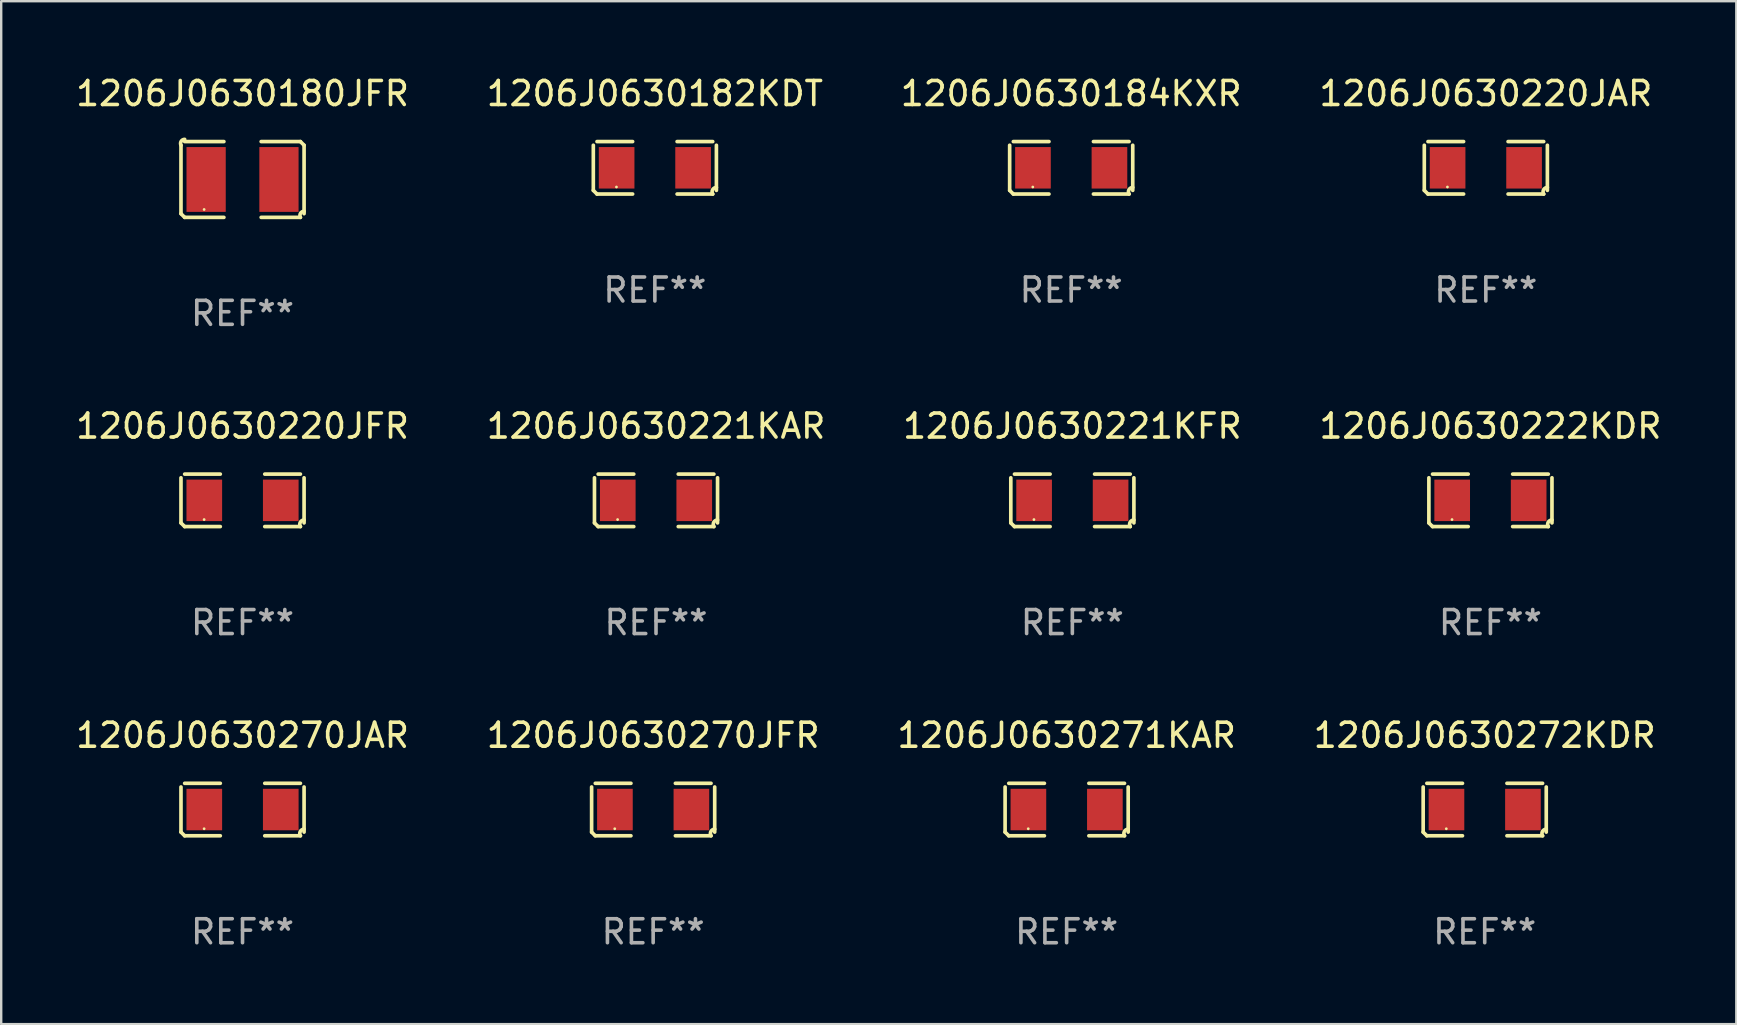
<source format=kicad_pcb>
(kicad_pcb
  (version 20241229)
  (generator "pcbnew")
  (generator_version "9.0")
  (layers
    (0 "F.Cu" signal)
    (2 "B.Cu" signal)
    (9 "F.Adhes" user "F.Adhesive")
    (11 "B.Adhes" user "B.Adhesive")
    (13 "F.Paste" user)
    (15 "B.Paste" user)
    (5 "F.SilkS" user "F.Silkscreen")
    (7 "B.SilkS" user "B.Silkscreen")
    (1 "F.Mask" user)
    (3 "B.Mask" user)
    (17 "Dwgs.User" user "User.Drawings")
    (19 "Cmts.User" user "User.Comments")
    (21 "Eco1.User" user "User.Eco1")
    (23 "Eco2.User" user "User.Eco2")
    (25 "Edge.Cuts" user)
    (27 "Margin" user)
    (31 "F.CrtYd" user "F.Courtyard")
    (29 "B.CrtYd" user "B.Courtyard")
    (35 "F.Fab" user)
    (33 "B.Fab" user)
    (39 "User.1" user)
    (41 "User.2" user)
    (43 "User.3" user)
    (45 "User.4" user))
  (footprint "1206J0630221KFR"
    (layer "F.Cu")
    (at 41.625 17.795)
    (property "Reference" "1206J0630221KFR" (at 0 -3.093 0) (layer "F.SilkS") (effects (font (size 1 1) (thickness 0.15))))
    (attr through_hole)
    (fp_line (start -2.564 0.94) (end -2.564 -0.94) (stroke (width 0.152) (type solid)) (layer "F.SilkS"))
    (fp_line (start -2.411 -1.093) (end -0.926 -1.093) (stroke (width 0.152) (type solid)) (layer "F.SilkS"))
    (fp_line (start -0.926 1.093) (end -2.411 1.093) (stroke (width 0.152) (type solid)) (layer "F.SilkS"))
    (fp_line (start 0.926 1.093) (end 2.411 1.093) (stroke (width 0.152) (type solid)) (layer "F.SilkS"))
    (fp_line (start 2.411 -1.093) (end 0.926 -1.093) (stroke (width 0.152) (type solid)) (layer "F.SilkS"))
    (fp_line (start 2.564 0.94) (end 2.564 -0.94) (stroke (width 0.152) (type solid)) (layer "F.SilkS"))
    (fp_arc (start -2.411201 1.092609) (mid -2.487413 1.01642) (end -2.563602 0.940208) (stroke (width 0.1524) (type solid)) (layer "F.SilkS"))
    (fp_arc (start 2.411201 1.092609) (mid 2.407159 0.911226) (end 2.563602 0.819347) (stroke (width 0.1524) (type solid)) (layer "F.SilkS"))
    (fp_circle (center -1.6 0.8) (end -1.57 0.8) (stroke (width 0.06) (type solid)) (fill no) (layer "F.SilkS"))
    (fp_text user "REF**" (at 0 5.093 0) (layer "F.Fab") (effects (font (size 1 1) (thickness 0.15))))
    (pad "1" smd rect (at -1.593 0) (size 1.485 1.728) (layers "F.Cu" "F.Mask" "F.Paste"))
    (pad "2" smd rect (at 1.593 0) (size 1.485 1.728) (layers "F.Cu" "F.Mask" "F.Paste")))
  (footprint "1206J0630220JFR"
    (layer "F.Cu")
    (at 7.054 17.795)
    (property "Reference" "1206J0630220JFR" (at 0 -3.093 0) (layer "F.SilkS") (effects (font (size 1 1) (thickness 0.15))))
    (attr through_hole)
    (fp_line (start -2.564 0.94) (end -2.564 -0.94) (stroke (width 0.152) (type solid)) (layer "F.SilkS"))
    (fp_line (start -2.411 -1.093) (end -0.926 -1.093) (stroke (width 0.152) (type solid)) (layer "F.SilkS"))
    (fp_line (start -0.926 1.093) (end -2.411 1.093) (stroke (width 0.152) (type solid)) (layer "F.SilkS"))
    (fp_line (start 0.926 1.093) (end 2.411 1.093) (stroke (width 0.152) (type solid)) (layer "F.SilkS"))
    (fp_line (start 2.411 -1.093) (end 0.926 -1.093) (stroke (width 0.152) (type solid)) (layer "F.SilkS"))
    (fp_line (start 2.564 0.94) (end 2.564 -0.94) (stroke (width 0.152) (type solid)) (layer "F.SilkS"))
    (fp_arc (start -2.411201 1.092609) (mid -2.487413 1.01642) (end -2.563602 0.940208) (stroke (width 0.1524) (type solid)) (layer "F.SilkS"))
    (fp_arc (start 2.411201 1.092609) (mid 2.407159 0.911226) (end 2.563602 0.819347) (stroke (width 0.1524) (type solid)) (layer "F.SilkS"))
    (fp_circle (center -1.6 0.8) (end -1.57 0.8) (stroke (width 0.06) (type solid)) (fill no) (layer "F.SilkS"))
    (fp_text user "REF**" (at 0 5.093 0) (layer "F.Fab") (effects (font (size 1 1) (thickness 0.15))))
    (pad "1" smd rect (at -1.593 0) (size 1.485 1.728) (layers "F.Cu" "F.Mask" "F.Paste"))
    (pad "2" smd rect (at 1.593 0) (size 1.485 1.728) (layers "F.Cu" "F.Mask" "F.Paste")))
  (footprint "1206J0630182KDT"
    (layer "F.Cu")
    (at 24.232 3.941)
    (property "Reference" "1206J0630182KDT" (at 0 -3.093 0) (layer "F.SilkS") (effects (font (size 1 1) (thickness 0.15))))
    (attr through_hole)
    (fp_line (start -2.564 0.94) (end -2.564 -0.94) (stroke (width 0.152) (type solid)) (layer "F.SilkS"))
    (fp_line (start -2.411 -1.093) (end -0.926 -1.093) (stroke (width 0.152) (type solid)) (layer "F.SilkS"))
    (fp_line (start -0.926 1.093) (end -2.411 1.093) (stroke (width 0.152) (type solid)) (layer "F.SilkS"))
    (fp_line (start 0.926 1.093) (end 2.411 1.093) (stroke (width 0.152) (type solid)) (layer "F.SilkS"))
    (fp_line (start 2.411 -1.093) (end 0.926 -1.093) (stroke (width 0.152) (type solid)) (layer "F.SilkS"))
    (fp_line (start 2.564 0.94) (end 2.564 -0.94) (stroke (width 0.152) (type solid)) (layer "F.SilkS"))
    (fp_arc (start -2.411201 1.092609) (mid -2.487413 1.01642) (end -2.563602 0.940208) (stroke (width 0.1524) (type solid)) (layer "F.SilkS"))
    (fp_arc (start 2.411201 1.092609) (mid 2.407159 0.911226) (end 2.563602 0.819347) (stroke (width 0.1524) (type solid)) (layer "F.SilkS"))
    (fp_circle (center -1.6 0.8) (end -1.57 0.8) (stroke (width 0.06) (type solid)) (fill no) (layer "F.SilkS"))
    (fp_text user "REF**" (at 0 5.093 0) (layer "F.Fab") (effects (font (size 1 1) (thickness 0.15))))
    (pad "1" smd rect (at -1.593 0) (size 1.485 1.728) (layers "F.Cu" "F.Mask" "F.Paste"))
    (pad "2" smd rect (at 1.593 0) (size 1.485 1.728) (layers "F.Cu" "F.Mask" "F.Paste")))
  (footprint "1206J0630222KDR"
    (layer "F.Cu")
    (at 59.042 17.795)
    (property "Reference" "1206J0630222KDR" (at 0 -3.093 0) (layer "F.SilkS") (effects (font (size 1 1) (thickness 0.15))))
    (attr through_hole)
    (fp_line (start -2.564 0.94) (end -2.564 -0.94) (stroke (width 0.152) (type solid)) (layer "F.SilkS"))
    (fp_line (start -2.411 -1.093) (end -0.926 -1.093) (stroke (width 0.152) (type solid)) (layer "F.SilkS"))
    (fp_line (start -0.926 1.093) (end -2.411 1.093) (stroke (width 0.152) (type solid)) (layer "F.SilkS"))
    (fp_line (start 0.926 1.093) (end 2.411 1.093) (stroke (width 0.152) (type solid)) (layer "F.SilkS"))
    (fp_line (start 2.411 -1.093) (end 0.926 -1.093) (stroke (width 0.152) (type solid)) (layer "F.SilkS"))
    (fp_line (start 2.564 0.94) (end 2.564 -0.94) (stroke (width 0.152) (type solid)) (layer "F.SilkS"))
    (fp_arc (start -2.411201 1.092609) (mid -2.487413 1.01642) (end -2.563602 0.940208) (stroke (width 0.1524) (type solid)) (layer "F.SilkS"))
    (fp_arc (start 2.411201 1.092609) (mid 2.407159 0.911226) (end 2.563602 0.819347) (stroke (width 0.1524) (type solid)) (layer "F.SilkS"))
    (fp_circle (center -1.6 0.8) (end -1.57 0.8) (stroke (width 0.06) (type solid)) (fill no) (layer "F.SilkS"))
    (fp_text user "REF**" (at 0 5.093 0) (layer "F.Fab") (effects (font (size 1 1) (thickness 0.15))))
    (pad "1" smd rect (at -1.593 0) (size 1.485 1.728) (layers "F.Cu" "F.Mask" "F.Paste"))
    (pad "2" smd rect (at 1.593 0) (size 1.485 1.728) (layers "F.Cu" "F.Mask" "F.Paste")))
  (footprint "1206J0630270JFR"
    (layer "F.Cu")
    (at 24.161 30.676)
    (property "Reference" "1206J0630270JFR" (at 0 -3.093 0) (layer "F.SilkS") (effects (font (size 1 1) (thickness 0.15))))
    (attr through_hole)
    (fp_line (start -2.564 0.94) (end -2.564 -0.94) (stroke (width 0.152) (type solid)) (layer "F.SilkS"))
    (fp_line (start -2.411 -1.093) (end -0.926 -1.093) (stroke (width 0.152) (type solid)) (layer "F.SilkS"))
    (fp_line (start -0.926 1.093) (end -2.411 1.093) (stroke (width 0.152) (type solid)) (layer "F.SilkS"))
    (fp_line (start 0.926 1.093) (end 2.411 1.093) (stroke (width 0.152) (type solid)) (layer "F.SilkS"))
    (fp_line (start 2.411 -1.093) (end 0.926 -1.093) (stroke (width 0.152) (type solid)) (layer "F.SilkS"))
    (fp_line (start 2.564 0.94) (end 2.564 -0.94) (stroke (width 0.152) (type solid)) (layer "F.SilkS"))
    (fp_arc (start -2.411201 1.092609) (mid -2.487413 1.01642) (end -2.563602 0.940208) (stroke (width 0.1524) (type solid)) (layer "F.SilkS"))
    (fp_arc (start 2.411201 1.092609) (mid 2.407159 0.911226) (end 2.563602 0.819347) (stroke (width 0.1524) (type solid)) (layer "F.SilkS"))
    (fp_circle (center -1.6 0.8) (end -1.57 0.8) (stroke (width 0.06) (type solid)) (fill no) (layer "F.SilkS"))
    (fp_text user "REF**" (at 0 5.093 0) (layer "F.Fab") (effects (font (size 1 1) (thickness 0.15))))
    (pad "1" smd rect (at -1.593 0) (size 1.485 1.728) (layers "F.Cu" "F.Mask" "F.Paste"))
    (pad "2" smd rect (at 1.593 0) (size 1.485 1.728) (layers "F.Cu" "F.Mask" "F.Paste")))
  (footprint "1206J0630221KAR"
    (layer "F.Cu")
    (at 24.28 17.795)
    (property "Reference" "1206J0630221KAR" (at 0 -3.093 0) (layer "F.SilkS") (effects (font (size 1 1) (thickness 0.15))))
    (attr through_hole)
    (fp_line (start -2.564 0.94) (end -2.564 -0.94) (stroke (width 0.152) (type solid)) (layer "F.SilkS"))
    (fp_line (start -2.411 -1.093) (end -0.926 -1.093) (stroke (width 0.152) (type solid)) (layer "F.SilkS"))
    (fp_line (start -0.926 1.093) (end -2.411 1.093) (stroke (width 0.152) (type solid)) (layer "F.SilkS"))
    (fp_line (start 0.926 1.093) (end 2.411 1.093) (stroke (width 0.152) (type solid)) (layer "F.SilkS"))
    (fp_line (start 2.411 -1.093) (end 0.926 -1.093) (stroke (width 0.152) (type solid)) (layer "F.SilkS"))
    (fp_line (start 2.564 0.94) (end 2.564 -0.94) (stroke (width 0.152) (type solid)) (layer "F.SilkS"))
    (fp_arc (start -2.411201 1.092609) (mid -2.487413 1.01642) (end -2.563602 0.940208) (stroke (width 0.1524) (type solid)) (layer "F.SilkS"))
    (fp_arc (start 2.411201 1.092609) (mid 2.407159 0.911226) (end 2.563602 0.819347) (stroke (width 0.1524) (type solid)) (layer "F.SilkS"))
    (fp_circle (center -1.6 0.8) (end -1.57 0.8) (stroke (width 0.06) (type solid)) (fill no) (layer "F.SilkS"))
    (fp_text user "REF**" (at 0 5.093 0) (layer "F.Fab") (effects (font (size 1 1) (thickness 0.15))))
    (pad "1" smd rect (at -1.593 0) (size 1.485 1.728) (layers "F.Cu" "F.Mask" "F.Paste"))
    (pad "2" smd rect (at 1.593 0) (size 1.485 1.728) (layers "F.Cu" "F.Mask" "F.Paste")))
  (footprint "1206J0630270JAR"
    (layer "F.Cu")
    (at 7.054 30.676)
    (property "Reference" "1206J0630270JAR" (at 0 -3.093 0) (layer "F.SilkS") (effects (font (size 1 1) (thickness 0.15))))
    (attr through_hole)
    (fp_line (start -2.564 0.94) (end -2.564 -0.94) (stroke (width 0.152) (type solid)) (layer "F.SilkS"))
    (fp_line (start -2.411 -1.093) (end -0.926 -1.093) (stroke (width 0.152) (type solid)) (layer "F.SilkS"))
    (fp_line (start -0.926 1.093) (end -2.411 1.093) (stroke (width 0.152) (type solid)) (layer "F.SilkS"))
    (fp_line (start 0.926 1.093) (end 2.411 1.093) (stroke (width 0.152) (type solid)) (layer "F.SilkS"))
    (fp_line (start 2.411 -1.093) (end 0.926 -1.093) (stroke (width 0.152) (type solid)) (layer "F.SilkS"))
    (fp_line (start 2.564 0.94) (end 2.564 -0.94) (stroke (width 0.152) (type solid)) (layer "F.SilkS"))
    (fp_arc (start -2.411201 1.092609) (mid -2.487413 1.01642) (end -2.563602 0.940208) (stroke (width 0.1524) (type solid)) (layer "F.SilkS"))
    (fp_arc (start 2.411201 1.092609) (mid 2.407159 0.911226) (end 2.563602 0.819347) (stroke (width 0.1524) (type solid)) (layer "F.SilkS"))
    (fp_circle (center -1.6 0.8) (end -1.57 0.8) (stroke (width 0.06) (type solid)) (fill no) (layer "F.SilkS"))
    (fp_text user "REF**" (at 0 5.093 0) (layer "F.Fab") (effects (font (size 1 1) (thickness 0.15))))
    (pad "1" smd rect (at -1.593 0) (size 1.485 1.728) (layers "F.Cu" "F.Mask" "F.Paste"))
    (pad "2" smd rect (at 1.593 0) (size 1.485 1.728) (layers "F.Cu" "F.Mask" "F.Paste")))
  (footprint "1206J0630180JFR"
    (layer "F.Cu")
    (at 7.054 4.427)
    (property "Reference" "1206J0630180JFR" (at 0 -3.579 0) (layer "F.SilkS") (effects (font (size 1 1) (thickness 0.15))))
    (attr through_hole)
    (fp_line (start -2.564 1.426) (end -2.564 -1.426) (stroke (width 0.152) (type solid)) (layer "F.SilkS"))
    (fp_line (start -2.411 -1.579) (end -0.776 -1.579) (stroke (width 0.152) (type solid)) (layer "F.SilkS"))
    (fp_line (start -0.776 1.579) (end -2.411 1.579) (stroke (width 0.152) (type solid)) (layer "F.SilkS"))
    (fp_line (start 0.776 1.579) (end 2.411 1.579) (stroke (width 0.152) (type solid)) (layer "F.SilkS"))
    (fp_line (start 2.411 -1.579) (end 0.776 -1.579) (stroke (width 0.152) (type solid)) (layer "F.SilkS"))
    (fp_line (start 2.564 1.426) (end 2.564 -1.426) (stroke (width 0.152) (type solid)) (layer "F.SilkS"))
    (fp_arc (start -2.563602 -1.426213) (mid -2.555597 -1.591233) (end -2.411201 -1.671518) (stroke (width 0.1524) (type solid)) (layer "F.SilkS"))
    (fp_arc (start -2.5636 1.426214) (mid -2.487389 1.502402) (end -2.411201 1.578613) (stroke (width 0.1524) (type solid)) (layer "F.SilkS"))
    (fp_arc (start 2.411197 -1.578618) (mid 2.487403 -1.502419) (end 2.563602 -1.426213) (stroke (width 0.1524) (type solid)) (layer "F.SilkS"))
    (fp_arc (start 2.411201 1.578613) (mid 2.416214 1.409455) (end 2.563602 1.32629) (stroke (width 0.1524) (type solid)) (layer "F.SilkS"))
    (fp_circle (center -1.6 1.25) (end -1.57 1.25) (stroke (width 0.06) (type solid)) (fill no) (layer "F.SilkS"))
    (fp_text user "REF**" (at 0 5.579 0) (layer "F.Fab") (effects (font (size 1 1) (thickness 0.15))))
    (pad "1" smd rect (at -1.517 0) (size 1.635 2.7) (layers "F.Cu" "F.Mask" "F.Paste"))
    (pad "2" smd rect (at 1.517 0) (size 1.635 2.7) (layers "F.Cu" "F.Mask" "F.Paste")))
  (footprint "1206J0630272KDR"
    (layer "F.Cu")
    (at 58.804 30.676)
    (property "Reference" "1206J0630272KDR" (at 0 -3.093 0) (layer "F.SilkS") (effects (font (size 1 1) (thickness 0.15))))
    (attr through_hole)
    (fp_line (start -2.564 0.94) (end -2.564 -0.94) (stroke (width 0.152) (type solid)) (layer "F.SilkS"))
    (fp_line (start -2.411 -1.093) (end -0.926 -1.093) (stroke (width 0.152) (type solid)) (layer "F.SilkS"))
    (fp_line (start -0.926 1.093) (end -2.411 1.093) (stroke (width 0.152) (type solid)) (layer "F.SilkS"))
    (fp_line (start 0.926 1.093) (end 2.411 1.093) (stroke (width 0.152) (type solid)) (layer "F.SilkS"))
    (fp_line (start 2.411 -1.093) (end 0.926 -1.093) (stroke (width 0.152) (type solid)) (layer "F.SilkS"))
    (fp_line (start 2.564 0.94) (end 2.564 -0.94) (stroke (width 0.152) (type solid)) (layer "F.SilkS"))
    (fp_arc (start -2.411201 1.092609) (mid -2.487413 1.01642) (end -2.563602 0.940208) (stroke (width 0.1524) (type solid)) (layer "F.SilkS"))
    (fp_arc (start 2.411201 1.092609) (mid 2.407159 0.911226) (end 2.563602 0.819347) (stroke (width 0.1524) (type solid)) (layer "F.SilkS"))
    (fp_circle (center -1.6 0.8) (end -1.57 0.8) (stroke (width 0.06) (type solid)) (fill no) (layer "F.SilkS"))
    (fp_text user "REF**" (at 0 5.093 0) (layer "F.Fab") (effects (font (size 1 1) (thickness 0.15))))
    (pad "1" smd rect (at -1.593 0) (size 1.485 1.728) (layers "F.Cu" "F.Mask" "F.Paste"))
    (pad "2" smd rect (at 1.593 0) (size 1.485 1.728) (layers "F.Cu" "F.Mask" "F.Paste")))
  (footprint "1206J0630271KAR"
    (layer "F.Cu")
    (at 41.387 30.676)
    (property "Reference" "1206J0630271KAR" (at 0 -3.093 0) (layer "F.SilkS") (effects (font (size 1 1) (thickness 0.15))))
    (attr through_hole)
    (fp_line (start -2.564 0.94) (end -2.564 -0.94) (stroke (width 0.152) (type solid)) (layer "F.SilkS"))
    (fp_line (start -2.411 -1.093) (end -0.926 -1.093) (stroke (width 0.152) (type solid)) (layer "F.SilkS"))
    (fp_line (start -0.926 1.093) (end -2.411 1.093) (stroke (width 0.152) (type solid)) (layer "F.SilkS"))
    (fp_line (start 0.926 1.093) (end 2.411 1.093) (stroke (width 0.152) (type solid)) (layer "F.SilkS"))
    (fp_line (start 2.411 -1.093) (end 0.926 -1.093) (stroke (width 0.152) (type solid)) (layer "F.SilkS"))
    (fp_line (start 2.564 0.94) (end 2.564 -0.94) (stroke (width 0.152) (type solid)) (layer "F.SilkS"))
    (fp_arc (start -2.411201 1.092609) (mid -2.487413 1.01642) (end -2.563602 0.940208) (stroke (width 0.1524) (type solid)) (layer "F.SilkS"))
    (fp_arc (start 2.411201 1.092609) (mid 2.407159 0.911226) (end 2.563602 0.819347) (stroke (width 0.1524) (type solid)) (layer "F.SilkS"))
    (fp_circle (center -1.6 0.8) (end -1.57 0.8) (stroke (width 0.06) (type solid)) (fill no) (layer "F.SilkS"))
    (fp_text user "REF**" (at 0 5.093 0) (layer "F.Fab") (effects (font (size 1 1) (thickness 0.15))))
    (pad "1" smd rect (at -1.593 0) (size 1.485 1.728) (layers "F.Cu" "F.Mask" "F.Paste"))
    (pad "2" smd rect (at 1.593 0) (size 1.485 1.728) (layers "F.Cu" "F.Mask" "F.Paste")))
  (footprint "1206J0630220JAR"
    (layer "F.Cu")
    (at 58.851 3.941)
    (property "Reference" "1206J0630220JAR" (at 0 -3.093 0) (layer "F.SilkS") (effects (font (size 1 1) (thickness 0.15))))
    (attr through_hole)
    (fp_line (start -2.564 0.94) (end -2.564 -0.94) (stroke (width 0.152) (type solid)) (layer "F.SilkS"))
    (fp_line (start -2.411 -1.093) (end -0.926 -1.093) (stroke (width 0.152) (type solid)) (layer "F.SilkS"))
    (fp_line (start -0.926 1.093) (end -2.411 1.093) (stroke (width 0.152) (type solid)) (layer "F.SilkS"))
    (fp_line (start 0.926 1.093) (end 2.411 1.093) (stroke (width 0.152) (type solid)) (layer "F.SilkS"))
    (fp_line (start 2.411 -1.093) (end 0.926 -1.093) (stroke (width 0.152) (type solid)) (layer "F.SilkS"))
    (fp_line (start 2.564 0.94) (end 2.564 -0.94) (stroke (width 0.152) (type solid)) (layer "F.SilkS"))
    (fp_arc (start -2.411201 1.092609) (mid -2.487413 1.01642) (end -2.563602 0.940208) (stroke (width 0.1524) (type solid)) (layer "F.SilkS"))
    (fp_arc (start 2.411201 1.092609) (mid 2.407159 0.911226) (end 2.563602 0.819347) (stroke (width 0.1524) (type solid)) (layer "F.SilkS"))
    (fp_circle (center -1.6 0.8) (end -1.57 0.8) (stroke (width 0.06) (type solid)) (fill no) (layer "F.SilkS"))
    (fp_text user "REF**" (at 0 5.093 0) (layer "F.Fab") (effects (font (size 1 1) (thickness 0.15))))
    (pad "1" smd rect (at -1.593 0) (size 1.485 1.728) (layers "F.Cu" "F.Mask" "F.Paste"))
    (pad "2" smd rect (at 1.593 0) (size 1.485 1.728) (layers "F.Cu" "F.Mask" "F.Paste")))
  (footprint "1206J0630184KXR"
    (layer "F.Cu")
    (at 41.577 3.941)
    (property "Reference" "1206J0630184KXR" (at 0 -3.093 0) (layer "F.SilkS") (effects (font (size 1 1) (thickness 0.15))))
    (attr through_hole)
    (fp_line (start -2.564 0.94) (end -2.564 -0.94) (stroke (width 0.152) (type solid)) (layer "F.SilkS"))
    (fp_line (start -2.411 -1.093) (end -0.926 -1.093) (stroke (width 0.152) (type solid)) (layer "F.SilkS"))
    (fp_line (start -0.926 1.093) (end -2.411 1.093) (stroke (width 0.152) (type solid)) (layer "F.SilkS"))
    (fp_line (start 0.926 1.093) (end 2.411 1.093) (stroke (width 0.152) (type solid)) (layer "F.SilkS"))
    (fp_line (start 2.411 -1.093) (end 0.926 -1.093) (stroke (width 0.152) (type solid)) (layer "F.SilkS"))
    (fp_line (start 2.564 0.94) (end 2.564 -0.94) (stroke (width 0.152) (type solid)) (layer "F.SilkS"))
    (fp_arc (start -2.411201 1.092609) (mid -2.487413 1.01642) (end -2.563602 0.940208) (stroke (width 0.1524) (type solid)) (layer "F.SilkS"))
    (fp_arc (start 2.411201 1.092609) (mid 2.407159 0.911226) (end 2.563602 0.819347) (stroke (width 0.1524) (type solid)) (layer "F.SilkS"))
    (fp_circle (center -1.6 0.8) (end -1.57 0.8) (stroke (width 0.06) (type solid)) (fill no) (layer "F.SilkS"))
    (fp_text user "REF**" (at 0 5.093 0) (layer "F.Fab") (effects (font (size 1 1) (thickness 0.15))))
    (pad "1" smd rect (at -1.593 0) (size 1.485 1.728) (layers "F.Cu" "F.Mask" "F.Paste"))
    (pad "2" smd rect (at 1.593 0) (size 1.485 1.728) (layers "F.Cu" "F.Mask" "F.Paste")))
  (gr_rect
    (start -3 -3)
    (end 69.286 39.617)
    (stroke (width 0.1) (type default))
    (fill no)
    (layer "Edge.Cuts")))
</source>
